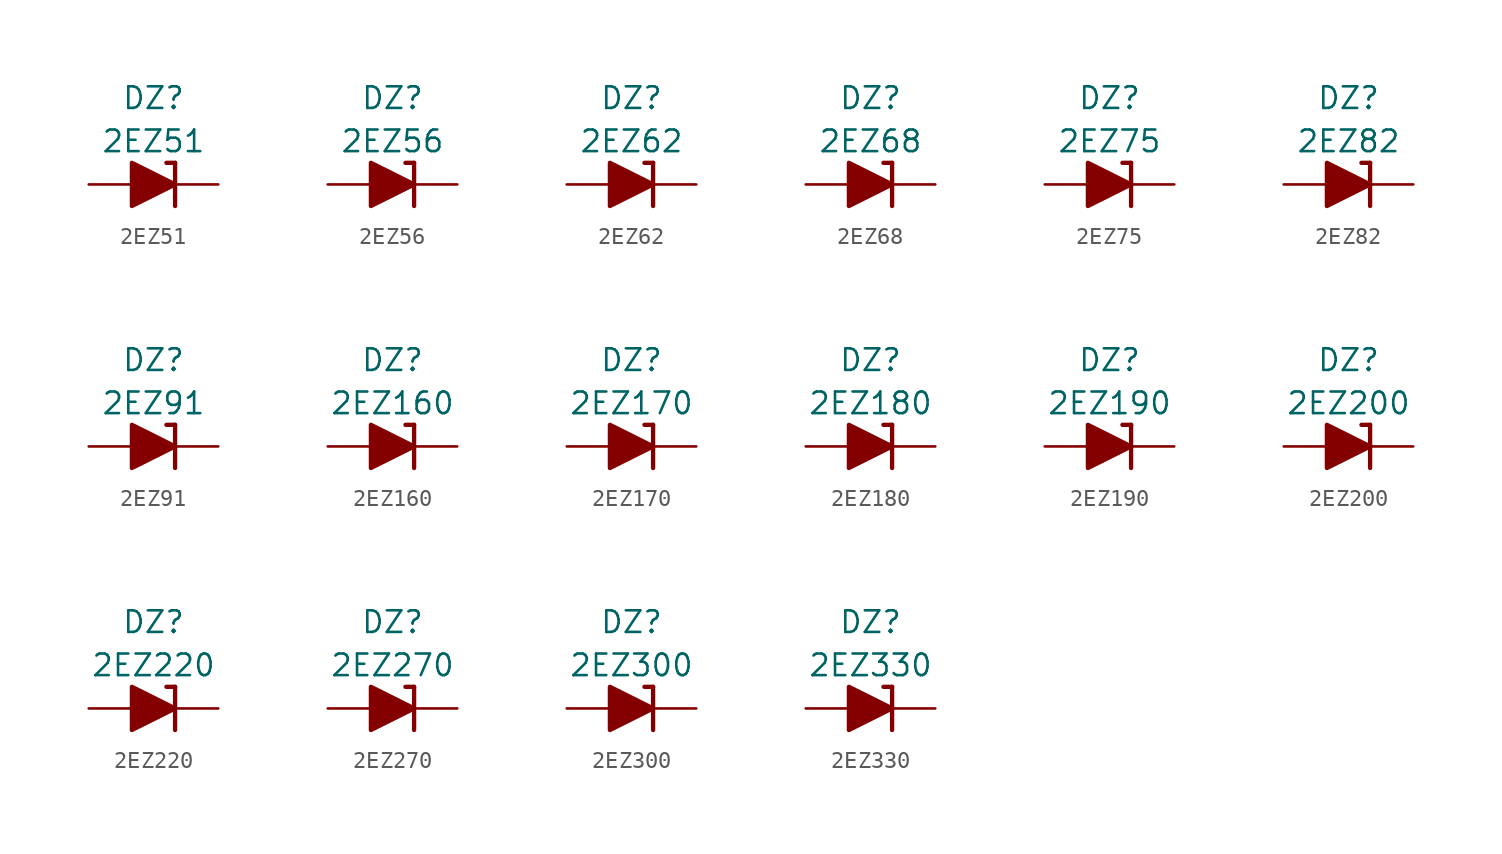
<source format=kicad_sym>
(kicad_symbol_lib
  (version 20201005)
  (generator kicad_symbol_editor)
  (symbol "Diode_Zener_AKL:2EZ51"
    (pin_numbers hide)
    (pin_names
      (offset 1.016) hide)
    (property "Reference" "DZ"
      (at 0 5.08 0)
      (effects (font (size 1.27 1.27))))
    (property "Value" "2EZ51"
      (at 0 2.54 0)
      (effects (font (size 1.27 1.27))))
    (symbol "2EZ51_0_1"
      (polyline (pts (xy -1.27 0) (xy 1.27 0)) (stroke (width 0)) (fill (type none)))
      (polyline (pts (xy 1.27 1.27) (xy 0.762 1.27)) (stroke (width 0.254)) (fill (type none)))
      (polyline (pts (xy 1.27 1.27) (xy 1.27 -1.27)) (stroke (width 0.254)) (fill (type none)))
      (polyline (pts (xy -1.27 -1.27) (xy -1.27 1.27) (xy 1.27 0) (xy -1.27 -1.27)) (stroke (width 0.254)) (fill (type outline))))
    (symbol "2EZ51_1_1"
      (pin passive line (at 3.81 0 180) (length 2.54) (name "K" (effects (font (size 1.27 1.27)))) (number "1" (effects (font (size 1.27 1.27)))))
      (pin passive line (at -3.81 0 0) (length 2.54) (name "A" (effects (font (size 1.27 1.27)))) (number "2" (effects (font (size 1.27 1.27)))))))
  (symbol "Diode_Zener_AKL:2EZ56"
    (pin_numbers hide)
    (pin_names
      (offset 1.016) hide)
    (property "Reference" "DZ"
      (at 0 5.08 0)
      (effects (font (size 1.27 1.27))))
    (property "Value" "2EZ56"
      (at 0 2.54 0)
      (effects (font (size 1.27 1.27))))
    (symbol "2EZ56_0_1"
      (polyline (pts (xy -1.27 0) (xy 1.27 0)) (stroke (width 0)) (fill (type none)))
      (polyline (pts (xy 1.27 1.27) (xy 0.762 1.27)) (stroke (width 0.254)) (fill (type none)))
      (polyline (pts (xy 1.27 1.27) (xy 1.27 -1.27)) (stroke (width 0.254)) (fill (type none)))
      (polyline (pts (xy -1.27 -1.27) (xy -1.27 1.27) (xy 1.27 0) (xy -1.27 -1.27)) (stroke (width 0.254)) (fill (type outline))))
    (symbol "2EZ56_1_1"
      (pin passive line (at 3.81 0 180) (length 2.54) (name "K" (effects (font (size 1.27 1.27)))) (number "1" (effects (font (size 1.27 1.27)))))
      (pin passive line (at -3.81 0 0) (length 2.54) (name "A" (effects (font (size 1.27 1.27)))) (number "2" (effects (font (size 1.27 1.27)))))))
  (symbol "Diode_Zener_AKL:2EZ62"
    (pin_numbers hide)
    (pin_names
      (offset 1.016) hide)
    (property "Reference" "DZ"
      (at 0 5.08 0)
      (effects (font (size 1.27 1.27))))
    (property "Value" "2EZ62"
      (at 0 2.54 0)
      (effects (font (size 1.27 1.27))))
    (symbol "2EZ62_0_1"
      (polyline (pts (xy -1.27 0) (xy 1.27 0)) (stroke (width 0)) (fill (type none)))
      (polyline (pts (xy 1.27 1.27) (xy 0.762 1.27)) (stroke (width 0.254)) (fill (type none)))
      (polyline (pts (xy 1.27 1.27) (xy 1.27 -1.27)) (stroke (width 0.254)) (fill (type none)))
      (polyline (pts (xy -1.27 -1.27) (xy -1.27 1.27) (xy 1.27 0) (xy -1.27 -1.27)) (stroke (width 0.254)) (fill (type outline))))
    (symbol "2EZ62_1_1"
      (pin passive line (at 3.81 0 180) (length 2.54) (name "K" (effects (font (size 1.27 1.27)))) (number "1" (effects (font (size 1.27 1.27)))))
      (pin passive line (at -3.81 0 0) (length 2.54) (name "A" (effects (font (size 1.27 1.27)))) (number "2" (effects (font (size 1.27 1.27)))))))
  (symbol "Diode_Zener_AKL:2EZ68"
    (pin_numbers hide)
    (pin_names
      (offset 1.016) hide)
    (property "Reference" "DZ"
      (at 0 5.08 0)
      (effects (font (size 1.27 1.27))))
    (property "Value" "2EZ68"
      (at 0 2.54 0)
      (effects (font (size 1.27 1.27))))
    (symbol "2EZ68_0_1"
      (polyline (pts (xy -1.27 0) (xy 1.27 0)) (stroke (width 0)) (fill (type none)))
      (polyline (pts (xy 1.27 1.27) (xy 0.762 1.27)) (stroke (width 0.254)) (fill (type none)))
      (polyline (pts (xy 1.27 1.27) (xy 1.27 -1.27)) (stroke (width 0.254)) (fill (type none)))
      (polyline (pts (xy -1.27 -1.27) (xy -1.27 1.27) (xy 1.27 0) (xy -1.27 -1.27)) (stroke (width 0.254)) (fill (type outline))))
    (symbol "2EZ68_1_1"
      (pin passive line (at 3.81 0 180) (length 2.54) (name "K" (effects (font (size 1.27 1.27)))) (number "1" (effects (font (size 1.27 1.27)))))
      (pin passive line (at -3.81 0 0) (length 2.54) (name "A" (effects (font (size 1.27 1.27)))) (number "2" (effects (font (size 1.27 1.27)))))))
  (symbol "Diode_Zener_AKL:2EZ75"
    (pin_numbers hide)
    (pin_names
      (offset 1.016) hide)
    (property "Reference" "DZ"
      (at 0 5.08 0)
      (effects (font (size 1.27 1.27))))
    (property "Value" "2EZ75"
      (at 0 2.54 0)
      (effects (font (size 1.27 1.27))))
    (symbol "2EZ75_0_1"
      (polyline (pts (xy -1.27 0) (xy 1.27 0)) (stroke (width 0)) (fill (type none)))
      (polyline (pts (xy 1.27 1.27) (xy 0.762 1.27)) (stroke (width 0.254)) (fill (type none)))
      (polyline (pts (xy 1.27 1.27) (xy 1.27 -1.27)) (stroke (width 0.254)) (fill (type none)))
      (polyline (pts (xy -1.27 -1.27) (xy -1.27 1.27) (xy 1.27 0) (xy -1.27 -1.27)) (stroke (width 0.254)) (fill (type outline))))
    (symbol "2EZ75_1_1"
      (pin passive line (at 3.81 0 180) (length 2.54) (name "K" (effects (font (size 1.27 1.27)))) (number "1" (effects (font (size 1.27 1.27)))))
      (pin passive line (at -3.81 0 0) (length 2.54) (name "A" (effects (font (size 1.27 1.27)))) (number "2" (effects (font (size 1.27 1.27)))))))
  (symbol "Diode_Zener_AKL:2EZ82"
    (pin_numbers hide)
    (pin_names
      (offset 1.016) hide)
    (property "Reference" "DZ"
      (at 0 5.08 0)
      (effects (font (size 1.27 1.27))))
    (property "Value" "2EZ82"
      (at 0 2.54 0)
      (effects (font (size 1.27 1.27))))
    (symbol "2EZ82_0_1"
      (polyline (pts (xy -1.27 0) (xy 1.27 0)) (stroke (width 0)) (fill (type none)))
      (polyline (pts (xy 1.27 1.27) (xy 0.762 1.27)) (stroke (width 0.254)) (fill (type none)))
      (polyline (pts (xy 1.27 1.27) (xy 1.27 -1.27)) (stroke (width 0.254)) (fill (type none)))
      (polyline (pts (xy -1.27 -1.27) (xy -1.27 1.27) (xy 1.27 0) (xy -1.27 -1.27)) (stroke (width 0.254)) (fill (type outline))))
    (symbol "2EZ82_1_1"
      (pin passive line (at 3.81 0 180) (length 2.54) (name "K" (effects (font (size 1.27 1.27)))) (number "1" (effects (font (size 1.27 1.27)))))
      (pin passive line (at -3.81 0 0) (length 2.54) (name "A" (effects (font (size 1.27 1.27)))) (number "2" (effects (font (size 1.27 1.27)))))))
  (symbol "Diode_Zener_AKL:2EZ91"
    (pin_numbers hide)
    (pin_names
      (offset 1.016) hide)
    (property "Reference" "DZ"
      (at 0 5.08 0)
      (effects (font (size 1.27 1.27))))
    (property "Value" "2EZ91"
      (at 0 2.54 0)
      (effects (font (size 1.27 1.27))))
    (symbol "2EZ91_0_1"
      (polyline (pts (xy -1.27 0) (xy 1.27 0)) (stroke (width 0)) (fill (type none)))
      (polyline (pts (xy 1.27 1.27) (xy 0.762 1.27)) (stroke (width 0.254)) (fill (type none)))
      (polyline (pts (xy 1.27 1.27) (xy 1.27 -1.27)) (stroke (width 0.254)) (fill (type none)))
      (polyline (pts (xy -1.27 -1.27) (xy -1.27 1.27) (xy 1.27 0) (xy -1.27 -1.27)) (stroke (width 0.254)) (fill (type outline))))
    (symbol "2EZ91_1_1"
      (pin passive line (at 3.81 0 180) (length 2.54) (name "K" (effects (font (size 1.27 1.27)))) (number "1" (effects (font (size 1.27 1.27)))))
      (pin passive line (at -3.81 0 0) (length 2.54) (name "A" (effects (font (size 1.27 1.27)))) (number "2" (effects (font (size 1.27 1.27)))))))
  (symbol "Diode_Zener_AKL:2EZ160"
    (pin_numbers hide)
    (pin_names
      (offset 1.016) hide)
    (property "Reference" "DZ"
      (at 0 5.08 0)
      (effects (font (size 1.27 1.27))))
    (property "Value" "2EZ160"
      (at 0 2.54 0)
      (effects (font (size 1.27 1.27))))
    (symbol "2EZ160_0_1"
      (polyline (pts (xy -1.27 0) (xy 1.27 0)) (stroke (width 0)) (fill (type none)))
      (polyline (pts (xy 1.27 1.27) (xy 0.762 1.27)) (stroke (width 0.254)) (fill (type none)))
      (polyline (pts (xy 1.27 1.27) (xy 1.27 -1.27)) (stroke (width 0.254)) (fill (type none)))
      (polyline (pts (xy -1.27 -1.27) (xy -1.27 1.27) (xy 1.27 0) (xy -1.27 -1.27)) (stroke (width 0.254)) (fill (type outline))))
    (symbol "2EZ160_1_1"
      (pin passive line (at 3.81 0 180) (length 2.54) (name "K" (effects (font (size 1.27 1.27)))) (number "1" (effects (font (size 1.27 1.27)))))
      (pin passive line (at -3.81 0 0) (length 2.54) (name "A" (effects (font (size 1.27 1.27)))) (number "2" (effects (font (size 1.27 1.27)))))))
  (symbol "Diode_Zener_AKL:2EZ170"
    (pin_numbers hide)
    (pin_names
      (offset 1.016) hide)
    (property "Reference" "DZ"
      (at 0 5.08 0)
      (effects (font (size 1.27 1.27))))
    (property "Value" "2EZ170"
      (at 0 2.54 0)
      (effects (font (size 1.27 1.27))))
    (symbol "2EZ170_0_1"
      (polyline (pts (xy -1.27 0) (xy 1.27 0)) (stroke (width 0)) (fill (type none)))
      (polyline (pts (xy 1.27 1.27) (xy 0.762 1.27)) (stroke (width 0.254)) (fill (type none)))
      (polyline (pts (xy 1.27 1.27) (xy 1.27 -1.27)) (stroke (width 0.254)) (fill (type none)))
      (polyline (pts (xy -1.27 -1.27) (xy -1.27 1.27) (xy 1.27 0) (xy -1.27 -1.27)) (stroke (width 0.254)) (fill (type outline))))
    (symbol "2EZ170_1_1"
      (pin passive line (at 3.81 0 180) (length 2.54) (name "K" (effects (font (size 1.27 1.27)))) (number "1" (effects (font (size 1.27 1.27)))))
      (pin passive line (at -3.81 0 0) (length 2.54) (name "A" (effects (font (size 1.27 1.27)))) (number "2" (effects (font (size 1.27 1.27)))))))
  (symbol "Diode_Zener_AKL:2EZ180"
    (pin_numbers hide)
    (pin_names
      (offset 1.016) hide)
    (property "Reference" "DZ"
      (at 0 5.08 0)
      (effects (font (size 1.27 1.27))))
    (property "Value" "2EZ180"
      (at 0 2.54 0)
      (effects (font (size 1.27 1.27))))
    (symbol "2EZ180_0_1"
      (polyline (pts (xy -1.27 0) (xy 1.27 0)) (stroke (width 0)) (fill (type none)))
      (polyline (pts (xy 1.27 1.27) (xy 0.762 1.27)) (stroke (width 0.254)) (fill (type none)))
      (polyline (pts (xy 1.27 1.27) (xy 1.27 -1.27)) (stroke (width 0.254)) (fill (type none)))
      (polyline (pts (xy -1.27 -1.27) (xy -1.27 1.27) (xy 1.27 0) (xy -1.27 -1.27)) (stroke (width 0.254)) (fill (type outline))))
    (symbol "2EZ180_1_1"
      (pin passive line (at 3.81 0 180) (length 2.54) (name "K" (effects (font (size 1.27 1.27)))) (number "1" (effects (font (size 1.27 1.27)))))
      (pin passive line (at -3.81 0 0) (length 2.54) (name "A" (effects (font (size 1.27 1.27)))) (number "2" (effects (font (size 1.27 1.27)))))))
  (symbol "Diode_Zener_AKL:2EZ190"
    (pin_numbers hide)
    (pin_names
      (offset 1.016) hide)
    (property "Reference" "DZ"
      (at 0 5.08 0)
      (effects (font (size 1.27 1.27))))
    (property "Value" "2EZ190"
      (at 0 2.54 0)
      (effects (font (size 1.27 1.27))))
    (symbol "2EZ190_0_1"
      (polyline (pts (xy -1.27 0) (xy 1.27 0)) (stroke (width 0)) (fill (type none)))
      (polyline (pts (xy 1.27 1.27) (xy 0.762 1.27)) (stroke (width 0.254)) (fill (type none)))
      (polyline (pts (xy 1.27 1.27) (xy 1.27 -1.27)) (stroke (width 0.254)) (fill (type none)))
      (polyline (pts (xy -1.27 -1.27) (xy -1.27 1.27) (xy 1.27 0) (xy -1.27 -1.27)) (stroke (width 0.254)) (fill (type outline))))
    (symbol "2EZ190_1_1"
      (pin passive line (at 3.81 0 180) (length 2.54) (name "K" (effects (font (size 1.27 1.27)))) (number "1" (effects (font (size 1.27 1.27)))))
      (pin passive line (at -3.81 0 0) (length 2.54) (name "A" (effects (font (size 1.27 1.27)))) (number "2" (effects (font (size 1.27 1.27)))))))
  (symbol "Diode_Zener_AKL:2EZ200"
    (pin_numbers hide)
    (pin_names
      (offset 1.016) hide)
    (property "Reference" "DZ"
      (at 0 5.08 0)
      (effects (font (size 1.27 1.27))))
    (property "Value" "2EZ200"
      (at 0 2.54 0)
      (effects (font (size 1.27 1.27))))
    (symbol "2EZ200_0_1"
      (polyline (pts (xy -1.27 0) (xy 1.27 0)) (stroke (width 0)) (fill (type none)))
      (polyline (pts (xy 1.27 1.27) (xy 0.762 1.27)) (stroke (width 0.254)) (fill (type none)))
      (polyline (pts (xy 1.27 1.27) (xy 1.27 -1.27)) (stroke (width 0.254)) (fill (type none)))
      (polyline (pts (xy -1.27 -1.27) (xy -1.27 1.27) (xy 1.27 0) (xy -1.27 -1.27)) (stroke (width 0.254)) (fill (type outline))))
    (symbol "2EZ200_1_1"
      (pin passive line (at 3.81 0 180) (length 2.54) (name "K" (effects (font (size 1.27 1.27)))) (number "1" (effects (font (size 1.27 1.27)))))
      (pin passive line (at -3.81 0 0) (length 2.54) (name "A" (effects (font (size 1.27 1.27)))) (number "2" (effects (font (size 1.27 1.27)))))))
  (symbol "Diode_Zener_AKL:2EZ220"
    (pin_numbers hide)
    (pin_names
      (offset 1.016) hide)
    (property "Reference" "DZ"
      (at 0 5.08 0)
      (effects (font (size 1.27 1.27))))
    (property "Value" "2EZ220"
      (at 0 2.54 0)
      (effects (font (size 1.27 1.27))))
    (symbol "2EZ220_0_1"
      (polyline (pts (xy -1.27 0) (xy 1.27 0)) (stroke (width 0)) (fill (type none)))
      (polyline (pts (xy 1.27 1.27) (xy 0.762 1.27)) (stroke (width 0.254)) (fill (type none)))
      (polyline (pts (xy 1.27 1.27) (xy 1.27 -1.27)) (stroke (width 0.254)) (fill (type none)))
      (polyline (pts (xy -1.27 -1.27) (xy -1.27 1.27) (xy 1.27 0) (xy -1.27 -1.27)) (stroke (width 0.254)) (fill (type outline))))
    (symbol "2EZ220_1_1"
      (pin passive line (at 3.81 0 180) (length 2.54) (name "K" (effects (font (size 1.27 1.27)))) (number "1" (effects (font (size 1.27 1.27)))))
      (pin passive line (at -3.81 0 0) (length 2.54) (name "A" (effects (font (size 1.27 1.27)))) (number "2" (effects (font (size 1.27 1.27)))))))
  (symbol "Diode_Zener_AKL:2EZ270"
    (pin_numbers hide)
    (pin_names
      (offset 1.016) hide)
    (property "Reference" "DZ"
      (at 0 5.08 0)
      (effects (font (size 1.27 1.27))))
    (property "Value" "2EZ270"
      (at 0 2.54 0)
      (effects (font (size 1.27 1.27))))
    (symbol "2EZ270_0_1"
      (polyline (pts (xy -1.27 0) (xy 1.27 0)) (stroke (width 0)) (fill (type none)))
      (polyline (pts (xy 1.27 1.27) (xy 0.762 1.27)) (stroke (width 0.254)) (fill (type none)))
      (polyline (pts (xy 1.27 1.27) (xy 1.27 -1.27)) (stroke (width 0.254)) (fill (type none)))
      (polyline (pts (xy -1.27 -1.27) (xy -1.27 1.27) (xy 1.27 0) (xy -1.27 -1.27)) (stroke (width 0.254)) (fill (type outline))))
    (symbol "2EZ270_1_1"
      (pin passive line (at 3.81 0 180) (length 2.54) (name "K" (effects (font (size 1.27 1.27)))) (number "1" (effects (font (size 1.27 1.27)))))
      (pin passive line (at -3.81 0 0) (length 2.54) (name "A" (effects (font (size 1.27 1.27)))) (number "2" (effects (font (size 1.27 1.27)))))))
  (symbol "Diode_Zener_AKL:2EZ300"
    (pin_numbers hide)
    (pin_names
      (offset 1.016) hide)
    (property "Reference" "DZ"
      (at 0 5.08 0)
      (effects (font (size 1.27 1.27))))
    (property "Value" "2EZ300"
      (at 0 2.54 0)
      (effects (font (size 1.27 1.27))))
    (symbol "2EZ300_0_1"
      (polyline (pts (xy -1.27 0) (xy 1.27 0)) (stroke (width 0)) (fill (type none)))
      (polyline (pts (xy 1.27 1.27) (xy 0.762 1.27)) (stroke (width 0.254)) (fill (type none)))
      (polyline (pts (xy 1.27 1.27) (xy 1.27 -1.27)) (stroke (width 0.254)) (fill (type none)))
      (polyline (pts (xy -1.27 -1.27) (xy -1.27 1.27) (xy 1.27 0) (xy -1.27 -1.27)) (stroke (width 0.254)) (fill (type outline))))
    (symbol "2EZ300_1_1"
      (pin passive line (at 3.81 0 180) (length 2.54) (name "K" (effects (font (size 1.27 1.27)))) (number "1" (effects (font (size 1.27 1.27)))))
      (pin passive line (at -3.81 0 0) (length 2.54) (name "A" (effects (font (size 1.27 1.27)))) (number "2" (effects (font (size 1.27 1.27)))))))
  (symbol "Diode_Zener_AKL:2EZ330"
    (pin_numbers hide)
    (pin_names
      (offset 1.016) hide)
    (property "Reference" "DZ"
      (at 0 5.08 0)
      (effects (font (size 1.27 1.27))))
    (property "Value" "2EZ330"
      (at 0 2.54 0)
      (effects (font (size 1.27 1.27))))
    (symbol "2EZ330_0_1"
      (polyline (pts (xy -1.27 0) (xy 1.27 0)) (stroke (width 0)) (fill (type none)))
      (polyline (pts (xy 1.27 1.27) (xy 0.762 1.27)) (stroke (width 0.254)) (fill (type none)))
      (polyline (pts (xy 1.27 1.27) (xy 1.27 -1.27)) (stroke (width 0.254)) (fill (type none)))
      (polyline (pts (xy -1.27 -1.27) (xy -1.27 1.27) (xy 1.27 0) (xy -1.27 -1.27)) (stroke (width 0.254)) (fill (type outline))))
    (symbol "2EZ330_1_1"
      (pin passive line (at 3.81 0 180) (length 2.54) (name "K" (effects (font (size 1.27 1.27)))) (number "1" (effects (font (size 1.27 1.27)))))
      (pin passive line (at -3.81 0 0) (length 2.54) (name "A" (effects (font (size 1.27 1.27)))) (number "2" (effects (font (size 1.27 1.27))))))))
</source>
